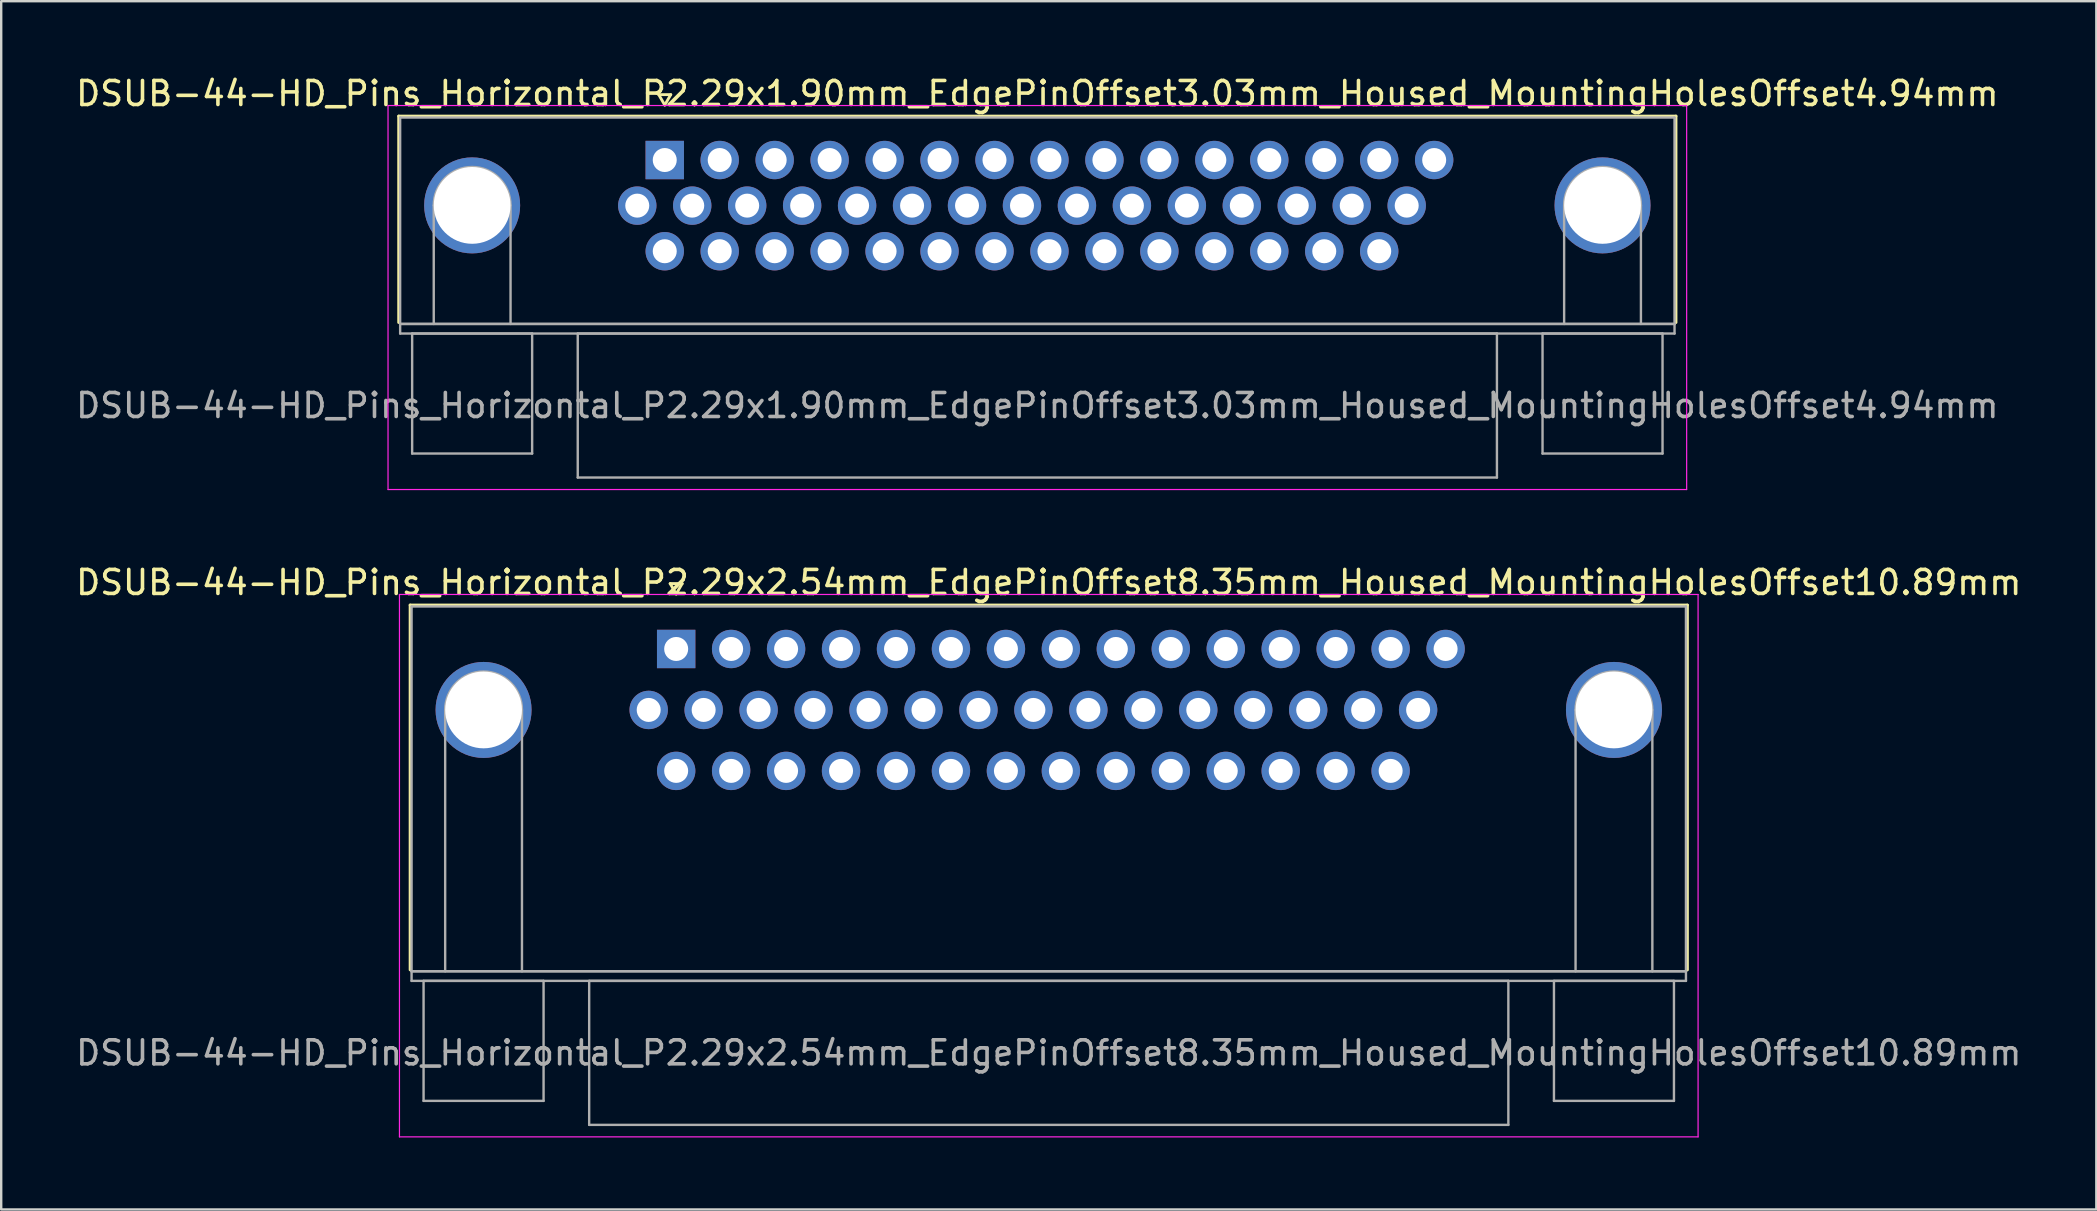
<source format=kicad_pcb>
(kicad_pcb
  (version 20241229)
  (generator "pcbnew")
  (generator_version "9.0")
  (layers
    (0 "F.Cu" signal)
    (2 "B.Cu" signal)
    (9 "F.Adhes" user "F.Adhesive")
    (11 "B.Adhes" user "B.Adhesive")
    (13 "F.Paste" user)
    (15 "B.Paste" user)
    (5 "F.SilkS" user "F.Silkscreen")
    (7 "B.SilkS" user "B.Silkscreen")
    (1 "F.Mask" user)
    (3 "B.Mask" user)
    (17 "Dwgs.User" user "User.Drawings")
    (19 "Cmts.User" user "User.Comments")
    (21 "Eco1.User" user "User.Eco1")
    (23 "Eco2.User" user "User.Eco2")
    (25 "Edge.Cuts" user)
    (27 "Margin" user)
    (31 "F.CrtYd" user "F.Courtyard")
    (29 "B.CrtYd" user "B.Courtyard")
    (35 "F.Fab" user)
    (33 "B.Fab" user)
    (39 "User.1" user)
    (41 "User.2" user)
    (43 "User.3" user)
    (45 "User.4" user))
  (footprint "DSUB-44-HD_Pins_Horizontal_P2.29x2.54mm_EdgePinOffset8.35mm_Housed_MountingHolesOffset10.89mm"
    (layer "F.Cu")
    (at 25.124 23.991)
    (property "Reference" "DSUB-44-HD_Pins_Horizontal_P2.29x2.54mm_EdgePinOffset8.35mm_Housed_MountingHolesOffset10.89mm" (at 15.525 -2.77 0) (layer "F.SilkS") (effects (font (size 1 1) (thickness 0.15))))
    (attr through_hole)
    (fp_line (start -11.085 -1.83) (end 42.135 -1.83) (stroke (width 0.12) (type solid)) (layer "F.SilkS"))
    (fp_line (start -11.085 13.37) (end -11.085 -1.83) (stroke (width 0.12) (type solid)) (layer "F.SilkS"))
    (fp_line (start -0.25 -2.724) (end 0.25 -2.724) (stroke (width 0.12) (type solid)) (layer "F.SilkS"))
    (fp_line (start 0 -2.291) (end -0.25 -2.724) (stroke (width 0.12) (type solid)) (layer "F.SilkS"))
    (fp_line (start 0.25 -2.724) (end 0 -2.291) (stroke (width 0.12) (type solid)) (layer "F.SilkS"))
    (fp_line (start 42.135 -1.83) (end 42.135 13.37) (stroke (width 0.12) (type solid)) (layer "F.SilkS"))
    (fp_line (start -11.53 -2.27) (end -11.53 20.33) (stroke (width 0.05) (type solid)) (layer "F.CrtYd"))
    (fp_line (start -11.53 20.33) (end 42.58 20.33) (stroke (width 0.05) (type solid)) (layer "F.CrtYd"))
    (fp_line (start 42.58 -2.27) (end -11.53 -2.27) (stroke (width 0.05) (type solid)) (layer "F.CrtYd"))
    (fp_line (start 42.58 20.33) (end 42.58 -2.27) (stroke (width 0.05) (type solid)) (layer "F.CrtYd"))
    (fp_line (start -11.025 -1.77) (end -11.025 13.43) (stroke (width 0.1) (type solid)) (layer "F.Fab"))
    (fp_line (start -11.025 13.43) (end -11.025 13.83) (stroke (width 0.1) (type solid)) (layer "F.Fab"))
    (fp_line (start -11.025 13.43) (end 42.075 13.43) (stroke (width 0.1) (type solid)) (layer "F.Fab"))
    (fp_line (start -11.025 13.83) (end 42.075 13.83) (stroke (width 0.1) (type solid)) (layer "F.Fab"))
    (fp_line (start -10.525 13.83) (end -10.525 18.83) (stroke (width 0.1) (type solid)) (layer "F.Fab"))
    (fp_line (start -10.525 18.83) (end -5.525 18.83) (stroke (width 0.1) (type solid)) (layer "F.Fab"))
    (fp_line (start -9.625 13.43) (end -9.625 2.54) (stroke (width 0.1) (type solid)) (layer "F.Fab"))
    (fp_line (start -6.425 13.43) (end -6.425 2.54) (stroke (width 0.1) (type solid)) (layer "F.Fab"))
    (fp_line (start -5.525 13.83) (end -10.525 13.83) (stroke (width 0.1) (type solid)) (layer "F.Fab"))
    (fp_line (start -5.525 18.83) (end -5.525 13.83) (stroke (width 0.1) (type solid)) (layer "F.Fab"))
    (fp_line (start -3.625 13.83) (end -3.625 19.83) (stroke (width 0.1) (type solid)) (layer "F.Fab"))
    (fp_line (start -3.625 19.83) (end 34.675 19.83) (stroke (width 0.1) (type solid)) (layer "F.Fab"))
    (fp_line (start 34.675 13.83) (end -3.625 13.83) (stroke (width 0.1) (type solid)) (layer "F.Fab"))
    (fp_line (start 34.675 19.83) (end 34.675 13.83) (stroke (width 0.1) (type solid)) (layer "F.Fab"))
    (fp_line (start 36.575 13.83) (end 36.575 18.83) (stroke (width 0.1) (type solid)) (layer "F.Fab"))
    (fp_line (start 36.575 18.83) (end 41.575 18.83) (stroke (width 0.1) (type solid)) (layer "F.Fab"))
    (fp_line (start 37.475 13.43) (end 37.475 2.54) (stroke (width 0.1) (type solid)) (layer "F.Fab"))
    (fp_line (start 40.675 13.43) (end 40.675 2.54) (stroke (width 0.1) (type solid)) (layer "F.Fab"))
    (fp_line (start 41.575 13.83) (end 36.575 13.83) (stroke (width 0.1) (type solid)) (layer "F.Fab"))
    (fp_line (start 41.575 18.83) (end 41.575 13.83) (stroke (width 0.1) (type solid)) (layer "F.Fab"))
    (fp_line (start 42.075 -1.77) (end -11.025 -1.77) (stroke (width 0.1) (type solid)) (layer "F.Fab"))
    (fp_line (start 42.075 13.43) (end -11.025 13.43) (stroke (width 0.1) (type solid)) (layer "F.Fab"))
    (fp_line (start 42.075 13.43) (end 42.075 -1.77) (stroke (width 0.1) (type solid)) (layer "F.Fab"))
    (fp_line (start 42.075 13.83) (end 42.075 13.43) (stroke (width 0.1) (type solid)) (layer "F.Fab"))
    (fp_arc (start -9.625 2.54) (mid -8.025 0.94) (end -6.425 2.54) (stroke (width 0.1) (type solid)) (layer "F.Fab"))
    (fp_arc (start 37.475 2.54) (mid 39.075 0.94) (end 40.675 2.54) (stroke (width 0.1) (type solid)) (layer "F.Fab"))
    (fp_text user "${REFERENCE}" (at 15.525 16.83 0) (layer "F.Fab") (effects (font (size 1 1) (thickness 0.15))))
    (pad "0" thru_hole circle (at -8.025 2.54) (size 4 4) (drill 3.2) (layers "*.Cu" "*.Mask"))
    (pad "0" thru_hole circle (at 39.075 2.54) (size 4 4) (drill 3.2) (layers "*.Cu" "*.Mask"))
    (pad "1" thru_hole rect (at 0 0) (size 1.6 1.6) (drill 1) (layers "*.Cu" "*.Mask"))
    (pad "2" thru_hole circle (at 2.29 0) (size 1.6 1.6) (drill 1) (layers "*.Cu" "*.Mask"))
    (pad "3" thru_hole circle (at 4.58 0) (size 1.6 1.6) (drill 1) (layers "*.Cu" "*.Mask"))
    (pad "4" thru_hole circle (at 6.87 0) (size 1.6 1.6) (drill 1) (layers "*.Cu" "*.Mask"))
    (pad "5" thru_hole circle (at 9.16 0) (size 1.6 1.6) (drill 1) (layers "*.Cu" "*.Mask"))
    (pad "6" thru_hole circle (at 11.45 0) (size 1.6 1.6) (drill 1) (layers "*.Cu" "*.Mask"))
    (pad "7" thru_hole circle (at 13.74 0) (size 1.6 1.6) (drill 1) (layers "*.Cu" "*.Mask"))
    (pad "8" thru_hole circle (at 16.03 0) (size 1.6 1.6) (drill 1) (layers "*.Cu" "*.Mask"))
    (pad "9" thru_hole circle (at 18.32 0) (size 1.6 1.6) (drill 1) (layers "*.Cu" "*.Mask"))
    (pad "10" thru_hole circle (at 20.61 0) (size 1.6 1.6) (drill 1) (layers "*.Cu" "*.Mask"))
    (pad "11" thru_hole circle (at 22.9 0) (size 1.6 1.6) (drill 1) (layers "*.Cu" "*.Mask"))
    (pad "12" thru_hole circle (at 25.19 0) (size 1.6 1.6) (drill 1) (layers "*.Cu" "*.Mask"))
    (pad "13" thru_hole circle (at 27.48 0) (size 1.6 1.6) (drill 1) (layers "*.Cu" "*.Mask"))
    (pad "14" thru_hole circle (at 29.77 0) (size 1.6 1.6) (drill 1) (layers "*.Cu" "*.Mask"))
    (pad "15" thru_hole circle (at 32.06 0) (size 1.6 1.6) (drill 1) (layers "*.Cu" "*.Mask"))
    (pad "16" thru_hole circle (at -1.145 2.54) (size 1.6 1.6) (drill 1) (layers "*.Cu" "*.Mask"))
    (pad "17" thru_hole circle (at 1.145 2.54) (size 1.6 1.6) (drill 1) (layers "*.Cu" "*.Mask"))
    (pad "18" thru_hole circle (at 3.435 2.54) (size 1.6 1.6) (drill 1) (layers "*.Cu" "*.Mask"))
    (pad "19" thru_hole circle (at 5.725 2.54) (size 1.6 1.6) (drill 1) (layers "*.Cu" "*.Mask"))
    (pad "20" thru_hole circle (at 8.015 2.54) (size 1.6 1.6) (drill 1) (layers "*.Cu" "*.Mask"))
    (pad "21" thru_hole circle (at 10.305 2.54) (size 1.6 1.6) (drill 1) (layers "*.Cu" "*.Mask"))
    (pad "22" thru_hole circle (at 12.595 2.54) (size 1.6 1.6) (drill 1) (layers "*.Cu" "*.Mask"))
    (pad "23" thru_hole circle (at 14.885 2.54) (size 1.6 1.6) (drill 1) (layers "*.Cu" "*.Mask"))
    (pad "24" thru_hole circle (at 17.175 2.54) (size 1.6 1.6) (drill 1) (layers "*.Cu" "*.Mask"))
    (pad "25" thru_hole circle (at 19.465 2.54) (size 1.6 1.6) (drill 1) (layers "*.Cu" "*.Mask"))
    (pad "26" thru_hole circle (at 21.755 2.54) (size 1.6 1.6) (drill 1) (layers "*.Cu" "*.Mask"))
    (pad "27" thru_hole circle (at 24.045 2.54) (size 1.6 1.6) (drill 1) (layers "*.Cu" "*.Mask"))
    (pad "28" thru_hole circle (at 26.335 2.54) (size 1.6 1.6) (drill 1) (layers "*.Cu" "*.Mask"))
    (pad "29" thru_hole circle (at 28.625 2.54) (size 1.6 1.6) (drill 1) (layers "*.Cu" "*.Mask"))
    (pad "30" thru_hole circle (at 30.915 2.54) (size 1.6 1.6) (drill 1) (layers "*.Cu" "*.Mask"))
    (pad "31" thru_hole circle (at 0 5.08) (size 1.6 1.6) (drill 1) (layers "*.Cu" "*.Mask"))
    (pad "32" thru_hole circle (at 2.29 5.08) (size 1.6 1.6) (drill 1) (layers "*.Cu" "*.Mask"))
    (pad "33" thru_hole circle (at 4.58 5.08) (size 1.6 1.6) (drill 1) (layers "*.Cu" "*.Mask"))
    (pad "34" thru_hole circle (at 6.87 5.08) (size 1.6 1.6) (drill 1) (layers "*.Cu" "*.Mask"))
    (pad "35" thru_hole circle (at 9.16 5.08) (size 1.6 1.6) (drill 1) (layers "*.Cu" "*.Mask"))
    (pad "36" thru_hole circle (at 11.45 5.08) (size 1.6 1.6) (drill 1) (layers "*.Cu" "*.Mask"))
    (pad "37" thru_hole circle (at 13.74 5.08) (size 1.6 1.6) (drill 1) (layers "*.Cu" "*.Mask"))
    (pad "38" thru_hole circle (at 16.03 5.08) (size 1.6 1.6) (drill 1) (layers "*.Cu" "*.Mask"))
    (pad "39" thru_hole circle (at 18.32 5.08) (size 1.6 1.6) (drill 1) (layers "*.Cu" "*.Mask"))
    (pad "40" thru_hole circle (at 20.61 5.08) (size 1.6 1.6) (drill 1) (layers "*.Cu" "*.Mask"))
    (pad "41" thru_hole circle (at 22.9 5.08) (size 1.6 1.6) (drill 1) (layers "*.Cu" "*.Mask"))
    (pad "42" thru_hole circle (at 25.19 5.08) (size 1.6 1.6) (drill 1) (layers "*.Cu" "*.Mask"))
    (pad "43" thru_hole circle (at 27.48 5.08) (size 1.6 1.6) (drill 1) (layers "*.Cu" "*.Mask"))
    (pad "44" thru_hole circle (at 29.77 5.08) (size 1.6 1.6) (drill 1) (layers "*.Cu" "*.Mask")))
  (footprint "DSUB-44-HD_Pins_Horizontal_P2.29x1.90mm_EdgePinOffset3.03mm_Housed_MountingHolesOffset4.94mm"
    (layer "F.Cu")
    (at 24.648 3.618)
    (property "Reference" "DSUB-44-HD_Pins_Horizontal_P2.29x1.90mm_EdgePinOffset3.03mm_Housed_MountingHolesOffset4.94mm" (at 15.525 -2.77 0) (layer "F.SilkS") (effects (font (size 1 1) (thickness 0.15))))
    (attr through_hole)
    (fp_line (start -11.085 -1.83) (end 42.135 -1.83) (stroke (width 0.12) (type solid)) (layer "F.SilkS"))
    (fp_line (start -11.085 6.77) (end -11.085 -1.83) (stroke (width 0.12) (type solid)) (layer "F.SilkS"))
    (fp_line (start -0.25 -2.724) (end 0.25 -2.724) (stroke (width 0.12) (type solid)) (layer "F.SilkS"))
    (fp_line (start 0 -2.291) (end -0.25 -2.724) (stroke (width 0.12) (type solid)) (layer "F.SilkS"))
    (fp_line (start 0.25 -2.724) (end 0 -2.291) (stroke (width 0.12) (type solid)) (layer "F.SilkS"))
    (fp_line (start 42.135 -1.83) (end 42.135 6.77) (stroke (width 0.12) (type solid)) (layer "F.SilkS"))
    (fp_line (start -11.53 -2.27) (end -11.53 13.73) (stroke (width 0.05) (type solid)) (layer "F.CrtYd"))
    (fp_line (start -11.53 13.73) (end 42.58 13.73) (stroke (width 0.05) (type solid)) (layer "F.CrtYd"))
    (fp_line (start 42.58 -2.27) (end -11.53 -2.27) (stroke (width 0.05) (type solid)) (layer "F.CrtYd"))
    (fp_line (start 42.58 13.73) (end 42.58 -2.27) (stroke (width 0.05) (type solid)) (layer "F.CrtYd"))
    (fp_line (start -11.025 -1.77) (end -11.025 6.83) (stroke (width 0.1) (type solid)) (layer "F.Fab"))
    (fp_line (start -11.025 6.83) (end -11.025 7.23) (stroke (width 0.1) (type solid)) (layer "F.Fab"))
    (fp_line (start -11.025 6.83) (end 42.075 6.83) (stroke (width 0.1) (type solid)) (layer "F.Fab"))
    (fp_line (start -11.025 7.23) (end 42.075 7.23) (stroke (width 0.1) (type solid)) (layer "F.Fab"))
    (fp_line (start -10.525 7.23) (end -10.525 12.23) (stroke (width 0.1) (type solid)) (layer "F.Fab"))
    (fp_line (start -10.525 12.23) (end -5.525 12.23) (stroke (width 0.1) (type solid)) (layer "F.Fab"))
    (fp_line (start -9.625 6.83) (end -9.625 1.89) (stroke (width 0.1) (type solid)) (layer "F.Fab"))
    (fp_line (start -6.425 6.83) (end -6.425 1.89) (stroke (width 0.1) (type solid)) (layer "F.Fab"))
    (fp_line (start -5.525 7.23) (end -10.525 7.23) (stroke (width 0.1) (type solid)) (layer "F.Fab"))
    (fp_line (start -5.525 12.23) (end -5.525 7.23) (stroke (width 0.1) (type solid)) (layer "F.Fab"))
    (fp_line (start -3.625 7.23) (end -3.625 13.23) (stroke (width 0.1) (type solid)) (layer "F.Fab"))
    (fp_line (start -3.625 13.23) (end 34.675 13.23) (stroke (width 0.1) (type solid)) (layer "F.Fab"))
    (fp_line (start 34.675 7.23) (end -3.625 7.23) (stroke (width 0.1) (type solid)) (layer "F.Fab"))
    (fp_line (start 34.675 13.23) (end 34.675 7.23) (stroke (width 0.1) (type solid)) (layer "F.Fab"))
    (fp_line (start 36.575 7.23) (end 36.575 12.23) (stroke (width 0.1) (type solid)) (layer "F.Fab"))
    (fp_line (start 36.575 12.23) (end 41.575 12.23) (stroke (width 0.1) (type solid)) (layer "F.Fab"))
    (fp_line (start 37.475 6.83) (end 37.475 1.89) (stroke (width 0.1) (type solid)) (layer "F.Fab"))
    (fp_line (start 40.675 6.83) (end 40.675 1.89) (stroke (width 0.1) (type solid)) (layer "F.Fab"))
    (fp_line (start 41.575 7.23) (end 36.575 7.23) (stroke (width 0.1) (type solid)) (layer "F.Fab"))
    (fp_line (start 41.575 12.23) (end 41.575 7.23) (stroke (width 0.1) (type solid)) (layer "F.Fab"))
    (fp_line (start 42.075 -1.77) (end -11.025 -1.77) (stroke (width 0.1) (type solid)) (layer "F.Fab"))
    (fp_line (start 42.075 6.83) (end -11.025 6.83) (stroke (width 0.1) (type solid)) (layer "F.Fab"))
    (fp_line (start 42.075 6.83) (end 42.075 -1.77) (stroke (width 0.1) (type solid)) (layer "F.Fab"))
    (fp_line (start 42.075 7.23) (end 42.075 6.83) (stroke (width 0.1) (type solid)) (layer "F.Fab"))
    (fp_arc (start -9.625 1.89) (mid -8.025 0.29) (end -6.425 1.89) (stroke (width 0.1) (type solid)) (layer "F.Fab"))
    (fp_arc (start 37.475 1.89) (mid 39.075 0.29) (end 40.675 1.89) (stroke (width 0.1) (type solid)) (layer "F.Fab"))
    (fp_text user "${REFERENCE}" (at 15.525 10.23 0) (layer "F.Fab") (effects (font (size 1 1) (thickness 0.15))))
    (pad "0" thru_hole circle (at -8.025 1.89) (size 4 4) (drill 3.2) (layers "*.Cu" "*.Mask"))
    (pad "0" thru_hole circle (at 39.075 1.89) (size 4 4) (drill 3.2) (layers "*.Cu" "*.Mask"))
    (pad "1" thru_hole rect (at 0 0) (size 1.6 1.6) (drill 1) (layers "*.Cu" "*.Mask"))
    (pad "2" thru_hole circle (at 2.29 0) (size 1.6 1.6) (drill 1) (layers "*.Cu" "*.Mask"))
    (pad "3" thru_hole circle (at 4.58 0) (size 1.6 1.6) (drill 1) (layers "*.Cu" "*.Mask"))
    (pad "4" thru_hole circle (at 6.87 0) (size 1.6 1.6) (drill 1) (layers "*.Cu" "*.Mask"))
    (pad "5" thru_hole circle (at 9.16 0) (size 1.6 1.6) (drill 1) (layers "*.Cu" "*.Mask"))
    (pad "6" thru_hole circle (at 11.45 0) (size 1.6 1.6) (drill 1) (layers "*.Cu" "*.Mask"))
    (pad "7" thru_hole circle (at 13.74 0) (size 1.6 1.6) (drill 1) (layers "*.Cu" "*.Mask"))
    (pad "8" thru_hole circle (at 16.03 0) (size 1.6 1.6) (drill 1) (layers "*.Cu" "*.Mask"))
    (pad "9" thru_hole circle (at 18.32 0) (size 1.6 1.6) (drill 1) (layers "*.Cu" "*.Mask"))
    (pad "10" thru_hole circle (at 20.61 0) (size 1.6 1.6) (drill 1) (layers "*.Cu" "*.Mask"))
    (pad "11" thru_hole circle (at 22.9 0) (size 1.6 1.6) (drill 1) (layers "*.Cu" "*.Mask"))
    (pad "12" thru_hole circle (at 25.19 0) (size 1.6 1.6) (drill 1) (layers "*.Cu" "*.Mask"))
    (pad "13" thru_hole circle (at 27.48 0) (size 1.6 1.6) (drill 1) (layers "*.Cu" "*.Mask"))
    (pad "14" thru_hole circle (at 29.77 0) (size 1.6 1.6) (drill 1) (layers "*.Cu" "*.Mask"))
    (pad "15" thru_hole circle (at 32.06 0) (size 1.6 1.6) (drill 1) (layers "*.Cu" "*.Mask"))
    (pad "16" thru_hole circle (at -1.145 1.9) (size 1.6 1.6) (drill 1) (layers "*.Cu" "*.Mask"))
    (pad "17" thru_hole circle (at 1.145 1.9) (size 1.6 1.6) (drill 1) (layers "*.Cu" "*.Mask"))
    (pad "18" thru_hole circle (at 3.435 1.9) (size 1.6 1.6) (drill 1) (layers "*.Cu" "*.Mask"))
    (pad "19" thru_hole circle (at 5.725 1.9) (size 1.6 1.6) (drill 1) (layers "*.Cu" "*.Mask"))
    (pad "20" thru_hole circle (at 8.015 1.9) (size 1.6 1.6) (drill 1) (layers "*.Cu" "*.Mask"))
    (pad "21" thru_hole circle (at 10.305 1.9) (size 1.6 1.6) (drill 1) (layers "*.Cu" "*.Mask"))
    (pad "22" thru_hole circle (at 12.595 1.9) (size 1.6 1.6) (drill 1) (layers "*.Cu" "*.Mask"))
    (pad "23" thru_hole circle (at 14.885 1.9) (size 1.6 1.6) (drill 1) (layers "*.Cu" "*.Mask"))
    (pad "24" thru_hole circle (at 17.175 1.9) (size 1.6 1.6) (drill 1) (layers "*.Cu" "*.Mask"))
    (pad "25" thru_hole circle (at 19.465 1.9) (size 1.6 1.6) (drill 1) (layers "*.Cu" "*.Mask"))
    (pad "26" thru_hole circle (at 21.755 1.9) (size 1.6 1.6) (drill 1) (layers "*.Cu" "*.Mask"))
    (pad "27" thru_hole circle (at 24.045 1.9) (size 1.6 1.6) (drill 1) (layers "*.Cu" "*.Mask"))
    (pad "28" thru_hole circle (at 26.335 1.9) (size 1.6 1.6) (drill 1) (layers "*.Cu" "*.Mask"))
    (pad "29" thru_hole circle (at 28.625 1.9) (size 1.6 1.6) (drill 1) (layers "*.Cu" "*.Mask"))
    (pad "30" thru_hole circle (at 30.915 1.9) (size 1.6 1.6) (drill 1) (layers "*.Cu" "*.Mask"))
    (pad "31" thru_hole circle (at 0 3.8) (size 1.6 1.6) (drill 1) (layers "*.Cu" "*.Mask"))
    (pad "32" thru_hole circle (at 2.29 3.8) (size 1.6 1.6) (drill 1) (layers "*.Cu" "*.Mask"))
    (pad "33" thru_hole circle (at 4.58 3.8) (size 1.6 1.6) (drill 1) (layers "*.Cu" "*.Mask"))
    (pad "34" thru_hole circle (at 6.87 3.8) (size 1.6 1.6) (drill 1) (layers "*.Cu" "*.Mask"))
    (pad "35" thru_hole circle (at 9.16 3.8) (size 1.6 1.6) (drill 1) (layers "*.Cu" "*.Mask"))
    (pad "36" thru_hole circle (at 11.45 3.8) (size 1.6 1.6) (drill 1) (layers "*.Cu" "*.Mask"))
    (pad "37" thru_hole circle (at 13.74 3.8) (size 1.6 1.6) (drill 1) (layers "*.Cu" "*.Mask"))
    (pad "38" thru_hole circle (at 16.03 3.8) (size 1.6 1.6) (drill 1) (layers "*.Cu" "*.Mask"))
    (pad "39" thru_hole circle (at 18.32 3.8) (size 1.6 1.6) (drill 1) (layers "*.Cu" "*.Mask"))
    (pad "40" thru_hole circle (at 20.61 3.8) (size 1.6 1.6) (drill 1) (layers "*.Cu" "*.Mask"))
    (pad "41" thru_hole circle (at 22.9 3.8) (size 1.6 1.6) (drill 1) (layers "*.Cu" "*.Mask"))
    (pad "42" thru_hole circle (at 25.19 3.8) (size 1.6 1.6) (drill 1) (layers "*.Cu" "*.Mask"))
    (pad "43" thru_hole circle (at 27.48 3.8) (size 1.6 1.6) (drill 1) (layers "*.Cu" "*.Mask"))
    (pad "44" thru_hole circle (at 29.77 3.8) (size 1.6 1.6) (drill 1) (layers "*.Cu" "*.Mask")))
  (gr_rect
    (start -3 -3)
    (end 84.298 47.346)
    (stroke (width 0.1) (type default))
    (fill no)
    (layer "Edge.Cuts")))
</source>
